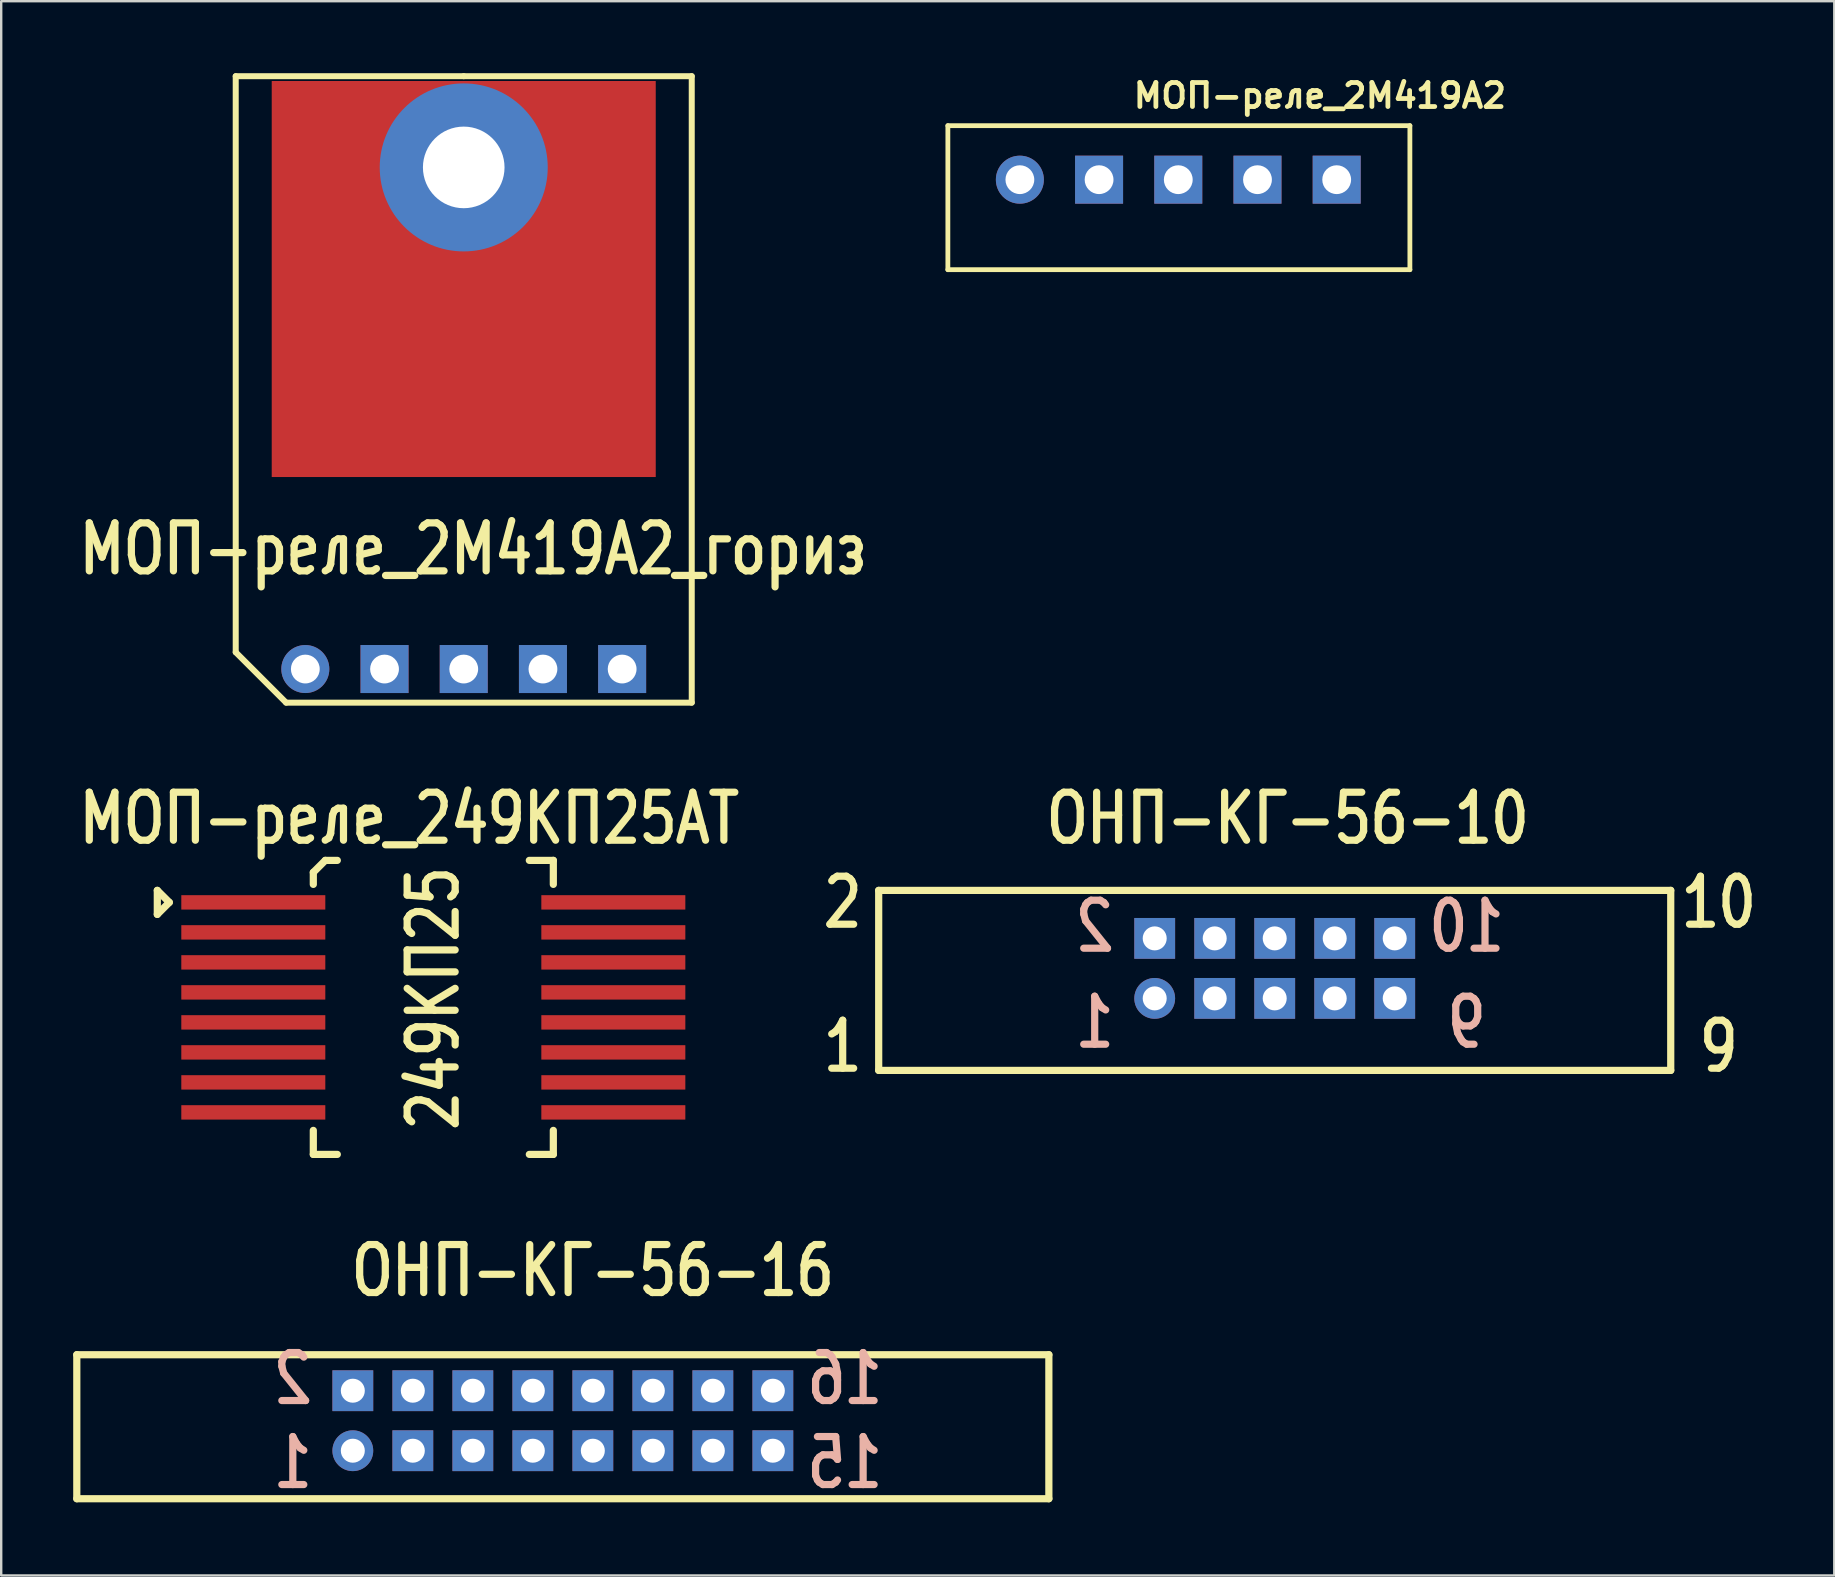
<source format=kicad_pcb>
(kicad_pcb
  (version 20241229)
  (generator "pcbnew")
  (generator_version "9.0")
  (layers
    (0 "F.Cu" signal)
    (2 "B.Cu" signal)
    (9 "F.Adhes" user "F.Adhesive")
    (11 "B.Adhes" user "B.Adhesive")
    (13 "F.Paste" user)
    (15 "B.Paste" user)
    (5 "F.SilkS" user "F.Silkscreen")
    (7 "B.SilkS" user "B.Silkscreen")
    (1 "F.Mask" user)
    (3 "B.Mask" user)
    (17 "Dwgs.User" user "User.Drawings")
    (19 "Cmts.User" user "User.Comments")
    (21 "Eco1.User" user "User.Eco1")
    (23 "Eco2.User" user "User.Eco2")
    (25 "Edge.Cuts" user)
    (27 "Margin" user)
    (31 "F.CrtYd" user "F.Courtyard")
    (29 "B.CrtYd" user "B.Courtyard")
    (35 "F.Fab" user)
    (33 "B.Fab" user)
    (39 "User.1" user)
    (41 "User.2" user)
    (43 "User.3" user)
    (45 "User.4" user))
  (footprint "МОП-реле_2M419А2_гориз"
    (layer "F.Cu")
    (at 9.671 24.825)
    (property "Reference" "МОП-реле_2M419А2_гориз" (at 7 -5 0) (layer "F.SilkS") (effects (font (size 2 1.6) (thickness 0.3))))
    (attr through_hole)
    (fp_line (start -2.9 -0.7) (end -2.9 -24.7) (stroke (width 0.25) (type solid)) (layer "F.SilkS"))
    (fp_line (start -0.8 1.4) (end -2.9 -0.7) (stroke (width 0.25) (type solid)) (layer "F.SilkS"))
    (fp_line (start 6.6 -24.7) (end -2.9 -24.7) (stroke (width 0.25) (type solid)) (layer "F.SilkS"))
    (fp_line (start 6.6 -24.7) (end 16.1 -24.7) (stroke (width 0.25) (type solid)) (layer "F.SilkS"))
    (fp_line (start 16.1 1.4) (end -0.8 1.4) (stroke (width 0.25) (type solid)) (layer "F.SilkS"))
    (fp_line (start 16.1 1.4) (end 16.1 -24.7) (stroke (width 0.25) (type solid)) (layer "F.SilkS"))
    (pad "" thru_hole circle (at 6.6 -20.9) (size 7 7) (drill 3.4) (layers "*.Cu" "*.Mask"))
    (pad "" smd rect (at 6.6 -20) (size 16 16.5) (drill (offset 0 3.75)) (layers "F.Cu" "F.Mask" "F.Paste"))
    (pad "1" thru_hole circle (at 0 0) (size 2 2) (drill 1.2) (layers "*.Cu" "*.Mask"))
    (pad "2" thru_hole rect (at 3.3 0) (size 2 2) (drill 1.2) (layers "*.Cu" "*.Mask"))
    (pad "3" thru_hole rect (at 6.6 0) (size 2 2) (drill 1.2) (layers "*.Cu" "*.Mask"))
    (pad "4" thru_hole rect (at 9.9 0) (size 2 2) (drill 1.2) (layers "*.Cu" "*.Mask"))
    (pad "5" thru_hole rect (at 13.2 0) (size 2 2) (drill 1.2) (layers "*.Cu" "*.Mask")))
  (footprint "МОП-реле_2M419А2"
    (layer "F.Cu")
    (at 39.442 4.436)
    (property "Reference" "МОП-реле_2M419А2" (at 12.5 -3.5 0) (layer "F.SilkS") (effects (font (size 1 1) (thickness 0.2))))
    (attr through_hole)
    (fp_line (start -3 -2.25) (end -3 3.75) (stroke (width 0.2) (type solid)) (layer "F.SilkS"))
    (fp_line (start -3 -2.25) (end 16.25 -2.25) (stroke (width 0.2) (type solid)) (layer "F.SilkS"))
    (fp_line (start -3 3.75) (end 16.25 3.75) (stroke (width 0.2) (type solid)) (layer "F.SilkS"))
    (fp_line (start 16.25 3.75) (end 16.25 -2.25) (stroke (width 0.2) (type solid)) (layer "F.SilkS"))
    (pad "1" thru_hole circle (at 0 0) (size 2 2) (drill 1.2) (layers "*.Cu" "*.Mask"))
    (pad "2" thru_hole rect (at 3.3 0) (size 2 2) (drill 1.2) (layers "*.Cu" "*.Mask"))
    (pad "3" thru_hole rect (at 6.6 0) (size 2 2) (drill 1.2) (layers "*.Cu" "*.Mask"))
    (pad "4" thru_hole rect (at 9.9 0) (size 2 2) (drill 1.2) (layers "*.Cu" "*.Mask"))
    (pad "5" thru_hole rect (at 13.2 0) (size 2 2) (drill 1.2) (layers "*.Cu" "*.Mask")))
  (footprint "МОП-реле_249КП25АТ"
    (layer "F.Cu")
    (at 11.004 33.547)
    (property "Reference" "МОП-реле_249КП25АТ" (at 3 -2.5 0) (layer "F.SilkS") (effects (font (size 2 1.6) (thickness 0.3))))
    (attr through_hole)
    (fp_line (start -7.5 0.5) (end -7.5 1.5) (stroke (width 0.3) (type solid)) (layer "F.SilkS"))
    (fp_line (start -7.5 1.5) (end -7 1) (stroke (width 0.3) (type solid)) (layer "F.SilkS"))
    (fp_line (start -7 1) (end -7.5 0.5) (stroke (width 0.3) (type solid)) (layer "F.SilkS"))
    (fp_line (start -1 -0.25) (end -0.5 -0.75) (stroke (width 0.3) (type solid)) (layer "F.SilkS"))
    (fp_line (start -1 0.25) (end -1 -0.25) (stroke (width 0.3) (type solid)) (layer "F.SilkS"))
    (fp_line (start -1 11.5) (end -1 10.5) (stroke (width 0.3) (type solid)) (layer "F.SilkS"))
    (fp_line (start -1 11.5) (end 0 11.5) (stroke (width 0.3) (type solid)) (layer "F.SilkS"))
    (fp_line (start -0.5 -0.75) (end 0 -0.75) (stroke (width 0.3) (type solid)) (layer "F.SilkS"))
    (fp_line (start 9 -0.75) (end 8 -0.75) (stroke (width 0.3) (type solid)) (layer "F.SilkS"))
    (fp_line (start 9 -0.75) (end 9 0.25) (stroke (width 0.3) (type solid)) (layer "F.SilkS"))
    (fp_line (start 9 11.5) (end 8 11.5) (stroke (width 0.3) (type solid)) (layer "F.SilkS"))
    (fp_line (start 9 11.5) (end 9 10.5) (stroke (width 0.3) (type solid)) (layer "F.SilkS"))
    (fp_text user "249КП25" (at 4 5 270) (layer "F.SilkS") (effects (font (size 2 1.6) (thickness 0.3))))
    (pad "1" smd rect (at -3.5 1) (size 6 0.6) (layers "F.Cu" "F.Mask" "F.Paste"))
    (pad "2" smd rect (at -3.5 2.25) (size 6 0.6) (layers "F.Cu" "F.Mask" "F.Paste"))
    (pad "3" smd rect (at -3.5 3.5) (size 6 0.6) (layers "F.Cu" "F.Mask" "F.Paste"))
    (pad "4" smd rect (at -3.5 4.75) (size 6 0.6) (layers "F.Cu" "F.Mask" "F.Paste"))
    (pad "5" smd rect (at -3.5 6) (size 6 0.6) (layers "F.Cu" "F.Mask" "F.Paste"))
    (pad "6" smd rect (at -3.5 7.25) (size 6 0.6) (layers "F.Cu" "F.Mask" "F.Paste"))
    (pad "7" smd rect (at -3.5 8.5) (size 6 0.6) (layers "F.Cu" "F.Mask" "F.Paste"))
    (pad "8" smd rect (at -3.5 9.75) (size 6 0.6) (layers "F.Cu" "F.Mask" "F.Paste"))
    (pad "9" smd rect (at 11.5 9.75) (size 6 0.6) (layers "F.Cu" "F.Mask" "F.Paste"))
    (pad "10" smd rect (at 11.5 8.5) (size 6 0.6) (layers "F.Cu" "F.Mask" "F.Paste"))
    (pad "11" smd rect (at 11.5 7.25) (size 6 0.6) (layers "F.Cu" "F.Mask" "F.Paste"))
    (pad "12" smd rect (at 11.5 6) (size 6 0.6) (layers "F.Cu" "F.Mask" "F.Paste"))
    (pad "13" smd rect (at 11.5 4.75) (size 6 0.6) (layers "F.Cu" "F.Mask" "F.Paste"))
    (pad "14" smd rect (at 11.5 3.5) (size 6 0.6) (layers "F.Cu" "F.Mask" "F.Paste"))
    (pad "15" smd rect (at 11.5 2.25) (size 6 0.6) (layers "F.Cu" "F.Mask" "F.Paste"))
    (pad "16" smd rect (at 11.5 1) (size 6 0.6) (layers "F.Cu" "F.Mask" "F.Paste")))
  (footprint "ОНП-КГ-56-16"
    (layer "F.Cu")
    (at 11.65 57.393)
    (property "Reference" "ОНП-КГ-56-16" (at 10 -7.5 0) (layer "F.SilkS") (effects (font (size 2 1.6) (thickness 0.3))))
    (attr through_hole)
    (fp_line (start -11.5 -4) (end -11.5 2) (stroke (width 0.3) (type solid)) (layer "F.SilkS"))
    (fp_line (start -11.5 2) (end 29 2) (stroke (width 0.3) (type solid)) (layer "F.SilkS"))
    (fp_line (start 29 -4) (end -11.5 -4) (stroke (width 0.3) (type solid)) (layer "F.SilkS"))
    (fp_line (start 29 2) (end 29 -4) (stroke (width 0.3) (type solid)) (layer "F.SilkS"))
    (fp_text user "2" (at -2.5 -3 0) (layer "B.SilkS") (effects (font (size 2 1.6) (thickness 0.3)) (justify mirror)))
    (fp_text user "1" (at -2.5 0.5 0) (layer "B.SilkS") (effects (font (size 2 1.6) (thickness 0.3)) (justify mirror)))
    (fp_text user "15" (at 20.5 0.5 0) (layer "B.SilkS") (effects (font (size 2 1.6) (thickness 0.3)) (justify mirror)))
    (fp_text user "16" (at 20.5 -3 0) (layer "B.SilkS") (effects (font (size 2 1.6) (thickness 0.3)) (justify mirror)))
    (pad "1" thru_hole circle (at 0 0) (size 1.7 1.7) (drill 1) (layers "*.Cu" "*.Mask"))
    (pad "2" thru_hole rect (at 0 -2.5) (size 1.7 1.7) (drill 1) (layers "*.Cu" "*.Mask"))
    (pad "3" thru_hole rect (at 2.5 0) (size 1.7 1.7) (drill 1) (layers "*.Cu" "*.Mask"))
    (pad "4" thru_hole rect (at 2.5 -2.5) (size 1.7 1.7) (drill 1) (layers "*.Cu" "*.Mask"))
    (pad "5" thru_hole rect (at 5 0) (size 1.7 1.7) (drill 1) (layers "*.Cu" "*.Mask"))
    (pad "6" thru_hole rect (at 5 -2.5) (size 1.7 1.7) (drill 1) (layers "*.Cu" "*.Mask"))
    (pad "7" thru_hole rect (at 7.5 0) (size 1.7 1.7) (drill 1) (layers "*.Cu" "*.Mask"))
    (pad "8" thru_hole rect (at 7.5 -2.5) (size 1.7 1.7) (drill 1) (layers "*.Cu" "*.Mask"))
    (pad "9" thru_hole rect (at 10 0) (size 1.7 1.7) (drill 1) (layers "*.Cu" "*.Mask"))
    (pad "10" thru_hole rect (at 10 -2.5) (size 1.7 1.7) (drill 1) (layers "*.Cu" "*.Mask"))
    (pad "11" thru_hole rect (at 12.5 0) (size 1.7 1.7) (drill 1) (layers "*.Cu" "*.Mask"))
    (pad "12" thru_hole rect (at 12.5 -2.5) (size 1.7 1.7) (drill 1) (layers "*.Cu" "*.Mask"))
    (pad "13" thru_hole rect (at 15 0) (size 1.7 1.7) (drill 1) (layers "*.Cu" "*.Mask"))
    (pad "14" thru_hole rect (at 15 -2.5) (size 1.7 1.7) (drill 1) (layers "*.Cu" "*.Mask"))
    (pad "15" thru_hole rect (at 17.5 0) (size 1.7 1.7) (drill 1) (layers "*.Cu" "*.Mask"))
    (pad "16" thru_hole rect (at 17.5 -2.5) (size 1.7 1.7) (drill 1) (layers "*.Cu" "*.Mask")))
  (footprint "ОНП-КГ-56-10"
    (layer "F.Cu")
    (at 45.06 38.547)
    (property "Reference" "ОНП-КГ-56-10" (at 5.542 -7.5 0) (layer "F.SilkS") (effects (font (size 2 1.6) (thickness 0.3))))
    (attr through_hole)
    (fp_line (start -11.5 -4.5) (end 21.5 -4.5) (stroke (width 0.3) (type solid)) (layer "F.SilkS"))
    (fp_line (start -11.5 3) (end -11.5 -4.5) (stroke (width 0.3) (type solid)) (layer "F.SilkS"))
    (fp_line (start 21.5 -4.5) (end 21.5 3) (stroke (width 0.3) (type solid)) (layer "F.SilkS"))
    (fp_line (start 21.5 3) (end -11.5 3) (stroke (width 0.3) (type solid)) (layer "F.SilkS"))
    (fp_text user "2" (at -13 -4 0) (layer "F.SilkS") (effects (font (size 2 1.6) (thickness 0.3))))
    (fp_text user "9" (at 23.5 2 0) (layer "F.SilkS") (effects (font (size 2 1.6) (thickness 0.3))))
    (fp_text user "10" (at 23.5 -4 0) (layer "F.SilkS") (effects (font (size 2 1.6) (thickness 0.3))))
    (fp_text user "1" (at -13 2 0) (layer "F.SilkS") (effects (font (size 2 1.6) (thickness 0.3))))
    (fp_text user "9" (at 13 1 0) (layer "B.SilkS") (effects (font (size 2 1.6) (thickness 0.3)) (justify mirror)))
    (fp_text user "10" (at 13 -3 0) (layer "B.SilkS") (effects (font (size 2 1.6) (thickness 0.3)) (justify mirror)))
    (fp_text user "1" (at -2.5 1 0) (layer "B.SilkS") (effects (font (size 2 1.6) (thickness 0.3)) (justify mirror)))
    (fp_text user "2" (at -2.5 -3 0) (layer "B.SilkS") (effects (font (size 2 1.6) (thickness 0.3)) (justify mirror)))
    (pad "1" thru_hole circle (at 0 0) (size 1.7 1.7) (drill 1) (layers "*.Cu" "*.Mask"))
    (pad "2" thru_hole rect (at 0 -2.5) (size 1.7 1.7) (drill 1) (layers "*.Cu" "*.Mask"))
    (pad "3" thru_hole rect (at 2.5 0) (size 1.7 1.7) (drill 1) (layers "*.Cu" "*.Mask"))
    (pad "4" thru_hole rect (at 2.5 -2.5) (size 1.7 1.7) (drill 1) (layers "*.Cu" "*.Mask"))
    (pad "5" thru_hole rect (at 5 0) (size 1.7 1.7) (drill 1) (layers "*.Cu" "*.Mask"))
    (pad "6" thru_hole rect (at 5 -2.5) (size 1.7 1.7) (drill 1) (layers "*.Cu" "*.Mask"))
    (pad "7" thru_hole rect (at 7.5 0) (size 1.7 1.7) (drill 1) (layers "*.Cu" "*.Mask"))
    (pad "8" thru_hole rect (at 7.5 -2.5) (size 1.7 1.7) (drill 1) (layers "*.Cu" "*.Mask"))
    (pad "9" thru_hole rect (at 10 0) (size 1.7 1.7) (drill 1) (layers "*.Cu" "*.Mask"))
    (pad "10" thru_hole rect (at 10 -2.5) (size 1.7 1.7) (drill 1) (layers "*.Cu" "*.Mask")))
  (gr_rect
    (start -3 -3)
    (end 73.374 62.59)
    (stroke (width 0.1) (type default))
    (fill no)
    (layer "Edge.Cuts")))
</source>
